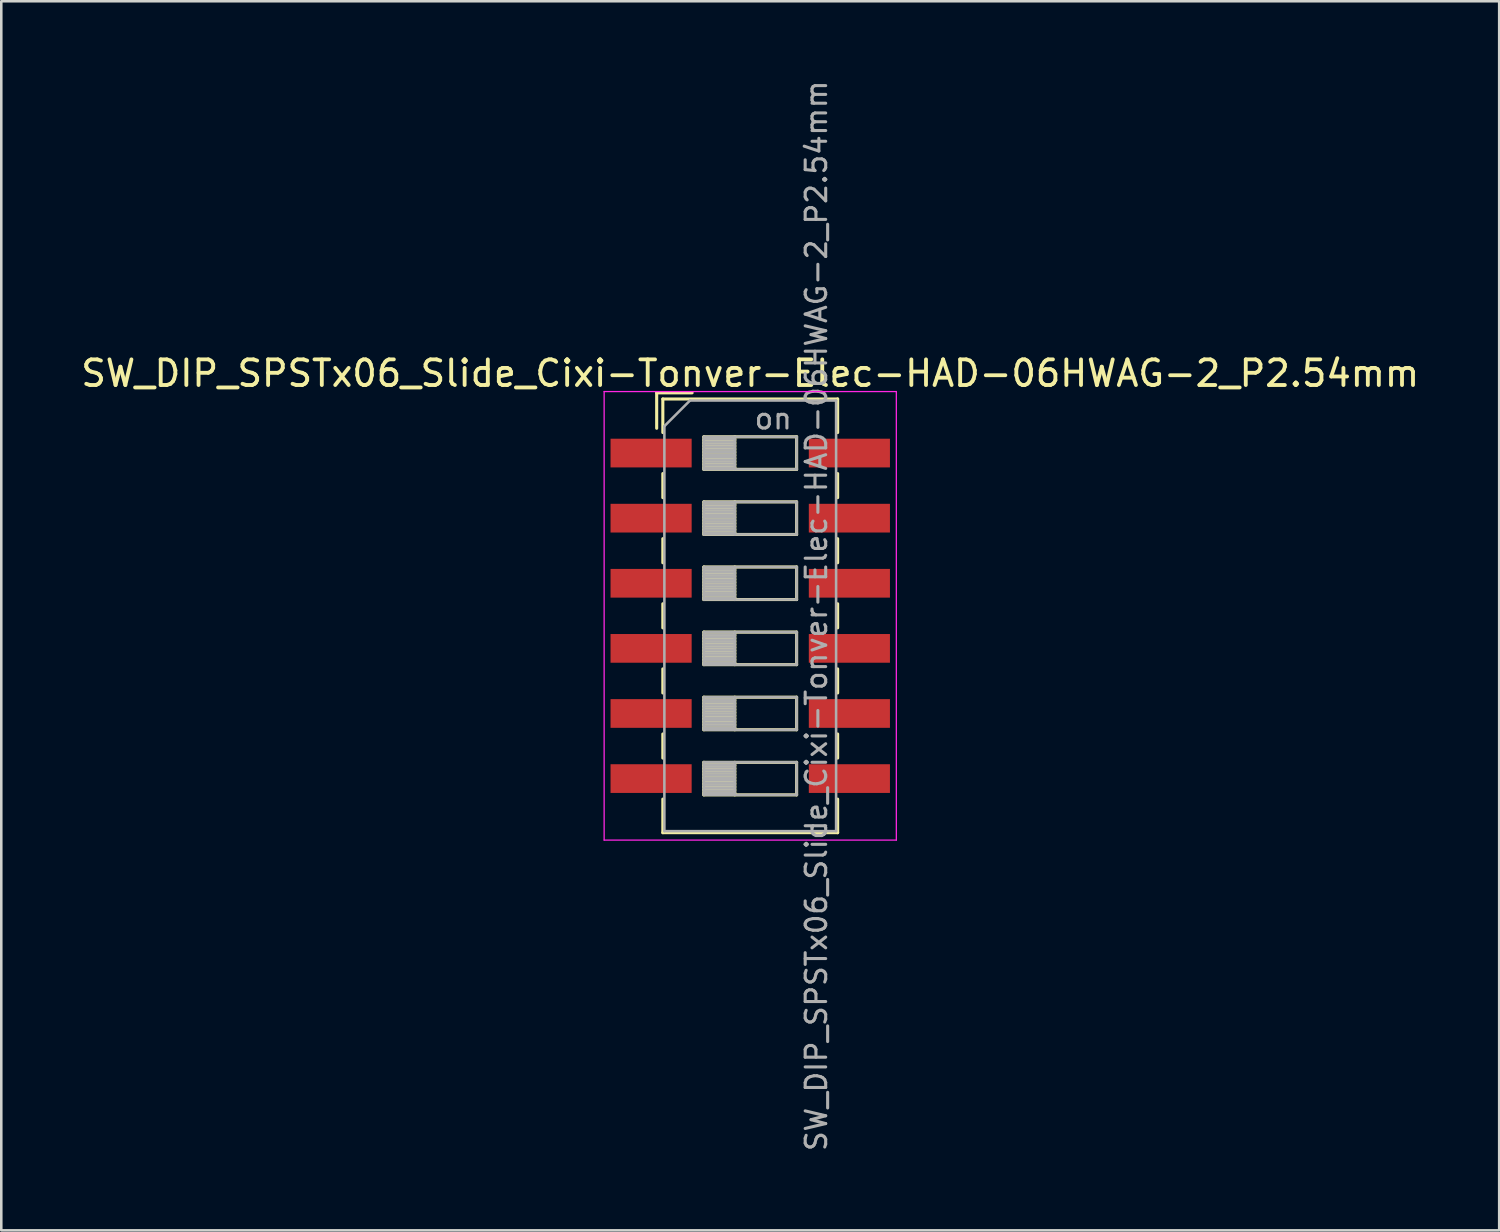
<source format=kicad_pcb>
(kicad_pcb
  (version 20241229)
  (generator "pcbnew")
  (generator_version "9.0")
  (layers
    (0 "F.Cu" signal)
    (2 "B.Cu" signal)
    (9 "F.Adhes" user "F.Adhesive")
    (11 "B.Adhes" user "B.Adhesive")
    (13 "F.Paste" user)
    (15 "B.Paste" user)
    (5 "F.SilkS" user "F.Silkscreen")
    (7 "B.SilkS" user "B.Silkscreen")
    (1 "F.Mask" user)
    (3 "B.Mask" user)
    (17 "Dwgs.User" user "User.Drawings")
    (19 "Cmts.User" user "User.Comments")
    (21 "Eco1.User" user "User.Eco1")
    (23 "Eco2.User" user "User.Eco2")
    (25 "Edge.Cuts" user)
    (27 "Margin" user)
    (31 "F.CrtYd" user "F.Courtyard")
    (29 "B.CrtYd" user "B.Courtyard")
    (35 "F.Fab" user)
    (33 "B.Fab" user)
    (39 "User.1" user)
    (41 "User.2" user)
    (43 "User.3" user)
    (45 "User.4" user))
  (footprint "SW_DIP_SPSTx06_Slide_Cixi-Tonver-Elec-HAD-06HWAG-2_P2.54mm"
    (layer "F.Cu")
    (at 26.22 20.976)
    (property "Reference" "SW_DIP_SPSTx06_Slide_Cixi-Tonver-Elec-HAD-06HWAG-2_P2.54mm" (at 0 -9.46 0) (layer "F.SilkS") (effects (font (size 1 1) (thickness 0.15))))
    (attr smd)
    (fp_line (start -3.65 -8.7) (end -3.65 -7.317) (stroke (width 0.12) (type solid)) (layer "F.SilkS"))
    (fp_line (start -3.65 -8.7) (end -2.267 -8.7) (stroke (width 0.12) (type solid)) (layer "F.SilkS"))
    (fp_line (start -3.41 -8.46) (end -3.41 -7.15) (stroke (width 0.12) (type solid)) (layer "F.SilkS"))
    (fp_line (start -3.41 -8.46) (end 3.41 -8.46) (stroke (width 0.12) (type solid)) (layer "F.SilkS"))
    (fp_line (start -3.41 -5.55) (end -3.41 -4.61) (stroke (width 0.12) (type solid)) (layer "F.SilkS"))
    (fp_line (start -3.41 -3.01) (end -3.41 -2.07) (stroke (width 0.12) (type solid)) (layer "F.SilkS"))
    (fp_line (start -3.41 -0.47) (end -3.41 0.47) (stroke (width 0.12) (type solid)) (layer "F.SilkS"))
    (fp_line (start -3.41 2.07) (end -3.41 3.01) (stroke (width 0.12) (type solid)) (layer "F.SilkS"))
    (fp_line (start -3.41 4.61) (end -3.41 5.55) (stroke (width 0.12) (type solid)) (layer "F.SilkS"))
    (fp_line (start -3.41 7.15) (end -3.41 8.461) (stroke (width 0.12) (type solid)) (layer "F.SilkS"))
    (fp_line (start -3.41 8.461) (end 3.41 8.461) (stroke (width 0.12) (type solid)) (layer "F.SilkS"))
    (fp_line (start -1.81 -6.985) (end -1.81 -5.715) (stroke (width 0.12) (type solid)) (layer "F.SilkS"))
    (fp_line (start -1.81 -6.865) (end -0.603 -6.865) (stroke (width 0.12) (type solid)) (layer "F.SilkS"))
    (fp_line (start -1.81 -6.745) (end -0.603 -6.745) (stroke (width 0.12) (type solid)) (layer "F.SilkS"))
    (fp_line (start -1.81 -6.625) (end -0.603 -6.625) (stroke (width 0.12) (type solid)) (layer "F.SilkS"))
    (fp_line (start -1.81 -6.505) (end -0.603 -6.505) (stroke (width 0.12) (type solid)) (layer "F.SilkS"))
    (fp_line (start -1.81 -6.385) (end -0.603 -6.385) (stroke (width 0.12) (type solid)) (layer "F.SilkS"))
    (fp_line (start -1.81 -6.265) (end -0.603 -6.265) (stroke (width 0.12) (type solid)) (layer "F.SilkS"))
    (fp_line (start -1.81 -6.145) (end -0.603 -6.145) (stroke (width 0.12) (type solid)) (layer "F.SilkS"))
    (fp_line (start -1.81 -6.025) (end -0.603 -6.025) (stroke (width 0.12) (type solid)) (layer "F.SilkS"))
    (fp_line (start -1.81 -5.905) (end -0.603 -5.905) (stroke (width 0.12) (type solid)) (layer "F.SilkS"))
    (fp_line (start -1.81 -5.785) (end -0.603 -5.785) (stroke (width 0.12) (type solid)) (layer "F.SilkS"))
    (fp_line (start -1.81 -5.715) (end 1.81 -5.715) (stroke (width 0.12) (type solid)) (layer "F.SilkS"))
    (fp_line (start -1.81 -4.445) (end -1.81 -3.175) (stroke (width 0.12) (type solid)) (layer "F.SilkS"))
    (fp_line (start -1.81 -4.325) (end -0.603 -4.325) (stroke (width 0.12) (type solid)) (layer "F.SilkS"))
    (fp_line (start -1.81 -4.205) (end -0.603 -4.205) (stroke (width 0.12) (type solid)) (layer "F.SilkS"))
    (fp_line (start -1.81 -4.085) (end -0.603 -4.085) (stroke (width 0.12) (type solid)) (layer "F.SilkS"))
    (fp_line (start -1.81 -3.965) (end -0.603 -3.965) (stroke (width 0.12) (type solid)) (layer "F.SilkS"))
    (fp_line (start -1.81 -3.845) (end -0.603 -3.845) (stroke (width 0.12) (type solid)) (layer "F.SilkS"))
    (fp_line (start -1.81 -3.725) (end -0.603 -3.725) (stroke (width 0.12) (type solid)) (layer "F.SilkS"))
    (fp_line (start -1.81 -3.605) (end -0.603 -3.605) (stroke (width 0.12) (type solid)) (layer "F.SilkS"))
    (fp_line (start -1.81 -3.485) (end -0.603 -3.485) (stroke (width 0.12) (type solid)) (layer "F.SilkS"))
    (fp_line (start -1.81 -3.365) (end -0.603 -3.365) (stroke (width 0.12) (type solid)) (layer "F.SilkS"))
    (fp_line (start -1.81 -3.245) (end -0.603 -3.245) (stroke (width 0.12) (type solid)) (layer "F.SilkS"))
    (fp_line (start -1.81 -3.175) (end 1.81 -3.175) (stroke (width 0.12) (type solid)) (layer "F.SilkS"))
    (fp_line (start -1.81 -1.905) (end -1.81 -0.635) (stroke (width 0.12) (type solid)) (layer "F.SilkS"))
    (fp_line (start -1.81 -1.785) (end -0.603 -1.785) (stroke (width 0.12) (type solid)) (layer "F.SilkS"))
    (fp_line (start -1.81 -1.665) (end -0.603 -1.665) (stroke (width 0.12) (type solid)) (layer "F.SilkS"))
    (fp_line (start -1.81 -1.545) (end -0.603 -1.545) (stroke (width 0.12) (type solid)) (layer "F.SilkS"))
    (fp_line (start -1.81 -1.425) (end -0.603 -1.425) (stroke (width 0.12) (type solid)) (layer "F.SilkS"))
    (fp_line (start -1.81 -1.305) (end -0.603 -1.305) (stroke (width 0.12) (type solid)) (layer "F.SilkS"))
    (fp_line (start -1.81 -1.185) (end -0.603 -1.185) (stroke (width 0.12) (type solid)) (layer "F.SilkS"))
    (fp_line (start -1.81 -1.065) (end -0.603 -1.065) (stroke (width 0.12) (type solid)) (layer "F.SilkS"))
    (fp_line (start -1.81 -0.945) (end -0.603 -0.945) (stroke (width 0.12) (type solid)) (layer "F.SilkS"))
    (fp_line (start -1.81 -0.825) (end -0.603 -0.825) (stroke (width 0.12) (type solid)) (layer "F.SilkS"))
    (fp_line (start -1.81 -0.705) (end -0.603 -0.705) (stroke (width 0.12) (type solid)) (layer "F.SilkS"))
    (fp_line (start -1.81 -0.635) (end 1.81 -0.635) (stroke (width 0.12) (type solid)) (layer "F.SilkS"))
    (fp_line (start -1.81 0.635) (end -1.81 1.905) (stroke (width 0.12) (type solid)) (layer "F.SilkS"))
    (fp_line (start -1.81 0.755) (end -0.603 0.755) (stroke (width 0.12) (type solid)) (layer "F.SilkS"))
    (fp_line (start -1.81 0.875) (end -0.603 0.875) (stroke (width 0.12) (type solid)) (layer "F.SilkS"))
    (fp_line (start -1.81 0.995) (end -0.603 0.995) (stroke (width 0.12) (type solid)) (layer "F.SilkS"))
    (fp_line (start -1.81 1.115) (end -0.603 1.115) (stroke (width 0.12) (type solid)) (layer "F.SilkS"))
    (fp_line (start -1.81 1.235) (end -0.603 1.235) (stroke (width 0.12) (type solid)) (layer "F.SilkS"))
    (fp_line (start -1.81 1.355) (end -0.603 1.355) (stroke (width 0.12) (type solid)) (layer "F.SilkS"))
    (fp_line (start -1.81 1.475) (end -0.603 1.475) (stroke (width 0.12) (type solid)) (layer "F.SilkS"))
    (fp_line (start -1.81 1.595) (end -0.603 1.595) (stroke (width 0.12) (type solid)) (layer "F.SilkS"))
    (fp_line (start -1.81 1.715) (end -0.603 1.715) (stroke (width 0.12) (type solid)) (layer "F.SilkS"))
    (fp_line (start -1.81 1.835) (end -0.603 1.835) (stroke (width 0.12) (type solid)) (layer "F.SilkS"))
    (fp_line (start -1.81 1.905) (end 1.81 1.905) (stroke (width 0.12) (type solid)) (layer "F.SilkS"))
    (fp_line (start -1.81 3.175) (end -1.81 4.445) (stroke (width 0.12) (type solid)) (layer "F.SilkS"))
    (fp_line (start -1.81 3.295) (end -0.603 3.295) (stroke (width 0.12) (type solid)) (layer "F.SilkS"))
    (fp_line (start -1.81 3.415) (end -0.603 3.415) (stroke (width 0.12) (type solid)) (layer "F.SilkS"))
    (fp_line (start -1.81 3.535) (end -0.603 3.535) (stroke (width 0.12) (type solid)) (layer "F.SilkS"))
    (fp_line (start -1.81 3.655) (end -0.603 3.655) (stroke (width 0.12) (type solid)) (layer "F.SilkS"))
    (fp_line (start -1.81 3.775) (end -0.603 3.775) (stroke (width 0.12) (type solid)) (layer "F.SilkS"))
    (fp_line (start -1.81 3.895) (end -0.603 3.895) (stroke (width 0.12) (type solid)) (layer "F.SilkS"))
    (fp_line (start -1.81 4.015) (end -0.603 4.015) (stroke (width 0.12) (type solid)) (layer "F.SilkS"))
    (fp_line (start -1.81 4.135) (end -0.603 4.135) (stroke (width 0.12) (type solid)) (layer "F.SilkS"))
    (fp_line (start -1.81 4.255) (end -0.603 4.255) (stroke (width 0.12) (type solid)) (layer "F.SilkS"))
    (fp_line (start -1.81 4.375) (end -0.603 4.375) (stroke (width 0.12) (type solid)) (layer "F.SilkS"))
    (fp_line (start -1.81 4.445) (end 1.81 4.445) (stroke (width 0.12) (type solid)) (layer "F.SilkS"))
    (fp_line (start -1.81 5.715) (end -1.81 6.985) (stroke (width 0.12) (type solid)) (layer "F.SilkS"))
    (fp_line (start -1.81 5.835) (end -0.603 5.835) (stroke (width 0.12) (type solid)) (layer "F.SilkS"))
    (fp_line (start -1.81 5.955) (end -0.603 5.955) (stroke (width 0.12) (type solid)) (layer "F.SilkS"))
    (fp_line (start -1.81 6.075) (end -0.603 6.075) (stroke (width 0.12) (type solid)) (layer "F.SilkS"))
    (fp_line (start -1.81 6.195) (end -0.603 6.195) (stroke (width 0.12) (type solid)) (layer "F.SilkS"))
    (fp_line (start -1.81 6.315) (end -0.603 6.315) (stroke (width 0.12) (type solid)) (layer "F.SilkS"))
    (fp_line (start -1.81 6.435) (end -0.603 6.435) (stroke (width 0.12) (type solid)) (layer "F.SilkS"))
    (fp_line (start -1.81 6.555) (end -0.603 6.555) (stroke (width 0.12) (type solid)) (layer "F.SilkS"))
    (fp_line (start -1.81 6.675) (end -0.603 6.675) (stroke (width 0.12) (type solid)) (layer "F.SilkS"))
    (fp_line (start -1.81 6.795) (end -0.603 6.795) (stroke (width 0.12) (type solid)) (layer "F.SilkS"))
    (fp_line (start -1.81 6.915) (end -0.603 6.915) (stroke (width 0.12) (type solid)) (layer "F.SilkS"))
    (fp_line (start -1.81 6.985) (end 1.81 6.985) (stroke (width 0.12) (type solid)) (layer "F.SilkS"))
    (fp_line (start -0.603 -6.985) (end -0.603 -5.715) (stroke (width 0.12) (type solid)) (layer "F.SilkS"))
    (fp_line (start -0.603 -4.445) (end -0.603 -3.175) (stroke (width 0.12) (type solid)) (layer "F.SilkS"))
    (fp_line (start -0.603 -1.905) (end -0.603 -0.635) (stroke (width 0.12) (type solid)) (layer "F.SilkS"))
    (fp_line (start -0.603 0.635) (end -0.603 1.905) (stroke (width 0.12) (type solid)) (layer "F.SilkS"))
    (fp_line (start -0.603 3.175) (end -0.603 4.445) (stroke (width 0.12) (type solid)) (layer "F.SilkS"))
    (fp_line (start -0.603 5.715) (end -0.603 6.985) (stroke (width 0.12) (type solid)) (layer "F.SilkS"))
    (fp_line (start 1.81 -6.985) (end -1.81 -6.985) (stroke (width 0.12) (type solid)) (layer "F.SilkS"))
    (fp_line (start 1.81 -5.715) (end 1.81 -6.985) (stroke (width 0.12) (type solid)) (layer "F.SilkS"))
    (fp_line (start 1.81 -4.445) (end -1.81 -4.445) (stroke (width 0.12) (type solid)) (layer "F.SilkS"))
    (fp_line (start 1.81 -3.175) (end 1.81 -4.445) (stroke (width 0.12) (type solid)) (layer "F.SilkS"))
    (fp_line (start 1.81 -1.905) (end -1.81 -1.905) (stroke (width 0.12) (type solid)) (layer "F.SilkS"))
    (fp_line (start 1.81 -0.635) (end 1.81 -1.905) (stroke (width 0.12) (type solid)) (layer "F.SilkS"))
    (fp_line (start 1.81 0.635) (end -1.81 0.635) (stroke (width 0.12) (type solid)) (layer "F.SilkS"))
    (fp_line (start 1.81 1.905) (end 1.81 0.635) (stroke (width 0.12) (type solid)) (layer "F.SilkS"))
    (fp_line (start 1.81 3.175) (end -1.81 3.175) (stroke (width 0.12) (type solid)) (layer "F.SilkS"))
    (fp_line (start 1.81 4.445) (end 1.81 3.175) (stroke (width 0.12) (type solid)) (layer "F.SilkS"))
    (fp_line (start 1.81 5.715) (end -1.81 5.715) (stroke (width 0.12) (type solid)) (layer "F.SilkS"))
    (fp_line (start 1.81 6.985) (end 1.81 5.715) (stroke (width 0.12) (type solid)) (layer "F.SilkS"))
    (fp_line (start 3.41 -8.46) (end 3.41 -7.15) (stroke (width 0.12) (type solid)) (layer "F.SilkS"))
    (fp_line (start 3.41 -5.55) (end 3.41 -4.61) (stroke (width 0.12) (type solid)) (layer "F.SilkS"))
    (fp_line (start 3.41 -3.01) (end 3.41 -2.07) (stroke (width 0.12) (type solid)) (layer "F.SilkS"))
    (fp_line (start 3.41 -0.47) (end 3.41 0.47) (stroke (width 0.12) (type solid)) (layer "F.SilkS"))
    (fp_line (start 3.41 2.07) (end 3.41 3.01) (stroke (width 0.12) (type solid)) (layer "F.SilkS"))
    (fp_line (start 3.41 4.61) (end 3.41 5.55) (stroke (width 0.12) (type solid)) (layer "F.SilkS"))
    (fp_line (start 3.41 7.15) (end 3.41 8.461) (stroke (width 0.12) (type solid)) (layer "F.SilkS"))
    (fp_line (start -5.7 -8.75) (end -5.7 8.75) (stroke (width 0.05) (type solid)) (layer "F.CrtYd"))
    (fp_line (start -5.7 8.75) (end 5.7 8.75) (stroke (width 0.05) (type solid)) (layer "F.CrtYd"))
    (fp_line (start 5.7 -8.75) (end -5.7 -8.75) (stroke (width 0.05) (type solid)) (layer "F.CrtYd"))
    (fp_line (start 5.7 8.75) (end 5.7 -8.75) (stroke (width 0.05) (type solid)) (layer "F.CrtYd"))
    (fp_line (start -3.35 -7.4) (end -2.35 -8.4) (stroke (width 0.1) (type solid)) (layer "F.Fab"))
    (fp_line (start -3.35 8.4) (end -3.35 -7.4) (stroke (width 0.1) (type solid)) (layer "F.Fab"))
    (fp_line (start -2.35 -8.4) (end 3.35 -8.4) (stroke (width 0.1) (type solid)) (layer "F.Fab"))
    (fp_line (start -1.81 -6.985) (end -1.81 -5.715) (stroke (width 0.1) (type solid)) (layer "F.Fab"))
    (fp_line (start -1.81 -6.885) (end -0.603 -6.885) (stroke (width 0.1) (type solid)) (layer "F.Fab"))
    (fp_line (start -1.81 -6.785) (end -0.603 -6.785) (stroke (width 0.1) (type solid)) (layer "F.Fab"))
    (fp_line (start -1.81 -6.685) (end -0.603 -6.685) (stroke (width 0.1) (type solid)) (layer "F.Fab"))
    (fp_line (start -1.81 -6.585) (end -0.603 -6.585) (stroke (width 0.1) (type solid)) (layer "F.Fab"))
    (fp_line (start -1.81 -6.485) (end -0.603 -6.485) (stroke (width 0.1) (type solid)) (layer "F.Fab"))
    (fp_line (start -1.81 -6.385) (end -0.603 -6.385) (stroke (width 0.1) (type solid)) (layer "F.Fab"))
    (fp_line (start -1.81 -6.285) (end -0.603 -6.285) (stroke (width 0.1) (type solid)) (layer "F.Fab"))
    (fp_line (start -1.81 -6.185) (end -0.603 -6.185) (stroke (width 0.1) (type solid)) (layer "F.Fab"))
    (fp_line (start -1.81 -6.085) (end -0.603 -6.085) (stroke (width 0.1) (type solid)) (layer "F.Fab"))
    (fp_line (start -1.81 -5.985) (end -0.603 -5.985) (stroke (width 0.1) (type solid)) (layer "F.Fab"))
    (fp_line (start -1.81 -5.885) (end -0.603 -5.885) (stroke (width 0.1) (type solid)) (layer "F.Fab"))
    (fp_line (start -1.81 -5.785) (end -0.603 -5.785) (stroke (width 0.1) (type solid)) (layer "F.Fab"))
    (fp_line (start -1.81 -5.715) (end 1.81 -5.715) (stroke (width 0.1) (type solid)) (layer "F.Fab"))
    (fp_line (start -1.81 -4.445) (end -1.81 -3.175) (stroke (width 0.1) (type solid)) (layer "F.Fab"))
    (fp_line (start -1.81 -4.345) (end -0.603 -4.345) (stroke (width 0.1) (type solid)) (layer "F.Fab"))
    (fp_line (start -1.81 -4.245) (end -0.603 -4.245) (stroke (width 0.1) (type solid)) (layer "F.Fab"))
    (fp_line (start -1.81 -4.145) (end -0.603 -4.145) (stroke (width 0.1) (type solid)) (layer "F.Fab"))
    (fp_line (start -1.81 -4.045) (end -0.603 -4.045) (stroke (width 0.1) (type solid)) (layer "F.Fab"))
    (fp_line (start -1.81 -3.945) (end -0.603 -3.945) (stroke (width 0.1) (type solid)) (layer "F.Fab"))
    (fp_line (start -1.81 -3.845) (end -0.603 -3.845) (stroke (width 0.1) (type solid)) (layer "F.Fab"))
    (fp_line (start -1.81 -3.745) (end -0.603 -3.745) (stroke (width 0.1) (type solid)) (layer "F.Fab"))
    (fp_line (start -1.81 -3.645) (end -0.603 -3.645) (stroke (width 0.1) (type solid)) (layer "F.Fab"))
    (fp_line (start -1.81 -3.545) (end -0.603 -3.545) (stroke (width 0.1) (type solid)) (layer "F.Fab"))
    (fp_line (start -1.81 -3.445) (end -0.603 -3.445) (stroke (width 0.1) (type solid)) (layer "F.Fab"))
    (fp_line (start -1.81 -3.345) (end -0.603 -3.345) (stroke (width 0.1) (type solid)) (layer "F.Fab"))
    (fp_line (start -1.81 -3.245) (end -0.603 -3.245) (stroke (width 0.1) (type solid)) (layer "F.Fab"))
    (fp_line (start -1.81 -3.175) (end 1.81 -3.175) (stroke (width 0.1) (type solid)) (layer "F.Fab"))
    (fp_line (start -1.81 -1.905) (end -1.81 -0.635) (stroke (width 0.1) (type solid)) (layer "F.Fab"))
    (fp_line (start -1.81 -1.805) (end -0.603 -1.805) (stroke (width 0.1) (type solid)) (layer "F.Fab"))
    (fp_line (start -1.81 -1.705) (end -0.603 -1.705) (stroke (width 0.1) (type solid)) (layer "F.Fab"))
    (fp_line (start -1.81 -1.605) (end -0.603 -1.605) (stroke (width 0.1) (type solid)) (layer "F.Fab"))
    (fp_line (start -1.81 -1.505) (end -0.603 -1.505) (stroke (width 0.1) (type solid)) (layer "F.Fab"))
    (fp_line (start -1.81 -1.405) (end -0.603 -1.405) (stroke (width 0.1) (type solid)) (layer "F.Fab"))
    (fp_line (start -1.81 -1.305) (end -0.603 -1.305) (stroke (width 0.1) (type solid)) (layer "F.Fab"))
    (fp_line (start -1.81 -1.205) (end -0.603 -1.205) (stroke (width 0.1) (type solid)) (layer "F.Fab"))
    (fp_line (start -1.81 -1.105) (end -0.603 -1.105) (stroke (width 0.1) (type solid)) (layer "F.Fab"))
    (fp_line (start -1.81 -1.005) (end -0.603 -1.005) (stroke (width 0.1) (type solid)) (layer "F.Fab"))
    (fp_line (start -1.81 -0.905) (end -0.603 -0.905) (stroke (width 0.1) (type solid)) (layer "F.Fab"))
    (fp_line (start -1.81 -0.805) (end -0.603 -0.805) (stroke (width 0.1) (type solid)) (layer "F.Fab"))
    (fp_line (start -1.81 -0.705) (end -0.603 -0.705) (stroke (width 0.1) (type solid)) (layer "F.Fab"))
    (fp_line (start -1.81 -0.635) (end 1.81 -0.635) (stroke (width 0.1) (type solid)) (layer "F.Fab"))
    (fp_line (start -1.81 0.635) (end -1.81 1.905) (stroke (width 0.1) (type solid)) (layer "F.Fab"))
    (fp_line (start -1.81 0.735) (end -0.603 0.735) (stroke (width 0.1) (type solid)) (layer "F.Fab"))
    (fp_line (start -1.81 0.835) (end -0.603 0.835) (stroke (width 0.1) (type solid)) (layer "F.Fab"))
    (fp_line (start -1.81 0.935) (end -0.603 0.935) (stroke (width 0.1) (type solid)) (layer "F.Fab"))
    (fp_line (start -1.81 1.035) (end -0.603 1.035) (stroke (width 0.1) (type solid)) (layer "F.Fab"))
    (fp_line (start -1.81 1.135) (end -0.603 1.135) (stroke (width 0.1) (type solid)) (layer "F.Fab"))
    (fp_line (start -1.81 1.235) (end -0.603 1.235) (stroke (width 0.1) (type solid)) (layer "F.Fab"))
    (fp_line (start -1.81 1.335) (end -0.603 1.335) (stroke (width 0.1) (type solid)) (layer "F.Fab"))
    (fp_line (start -1.81 1.435) (end -0.603 1.435) (stroke (width 0.1) (type solid)) (layer "F.Fab"))
    (fp_line (start -1.81 1.535) (end -0.603 1.535) (stroke (width 0.1) (type solid)) (layer "F.Fab"))
    (fp_line (start -1.81 1.635) (end -0.603 1.635) (stroke (width 0.1) (type solid)) (layer "F.Fab"))
    (fp_line (start -1.81 1.735) (end -0.603 1.735) (stroke (width 0.1) (type solid)) (layer "F.Fab"))
    (fp_line (start -1.81 1.835) (end -0.603 1.835) (stroke (width 0.1) (type solid)) (layer "F.Fab"))
    (fp_line (start -1.81 1.905) (end 1.81 1.905) (stroke (width 0.1) (type solid)) (layer "F.Fab"))
    (fp_line (start -1.81 3.175) (end -1.81 4.445) (stroke (width 0.1) (type solid)) (layer "F.Fab"))
    (fp_line (start -1.81 3.275) (end -0.603 3.275) (stroke (width 0.1) (type solid)) (layer "F.Fab"))
    (fp_line (start -1.81 3.375) (end -0.603 3.375) (stroke (width 0.1) (type solid)) (layer "F.Fab"))
    (fp_line (start -1.81 3.475) (end -0.603 3.475) (stroke (width 0.1) (type solid)) (layer "F.Fab"))
    (fp_line (start -1.81 3.575) (end -0.603 3.575) (stroke (width 0.1) (type solid)) (layer "F.Fab"))
    (fp_line (start -1.81 3.675) (end -0.603 3.675) (stroke (width 0.1) (type solid)) (layer "F.Fab"))
    (fp_line (start -1.81 3.775) (end -0.603 3.775) (stroke (width 0.1) (type solid)) (layer "F.Fab"))
    (fp_line (start -1.81 3.875) (end -0.603 3.875) (stroke (width 0.1) (type solid)) (layer "F.Fab"))
    (fp_line (start -1.81 3.975) (end -0.603 3.975) (stroke (width 0.1) (type solid)) (layer "F.Fab"))
    (fp_line (start -1.81 4.075) (end -0.603 4.075) (stroke (width 0.1) (type solid)) (layer "F.Fab"))
    (fp_line (start -1.81 4.175) (end -0.603 4.175) (stroke (width 0.1) (type solid)) (layer "F.Fab"))
    (fp_line (start -1.81 4.275) (end -0.603 4.275) (stroke (width 0.1) (type solid)) (layer "F.Fab"))
    (fp_line (start -1.81 4.375) (end -0.603 4.375) (stroke (width 0.1) (type solid)) (layer "F.Fab"))
    (fp_line (start -1.81 4.445) (end 1.81 4.445) (stroke (width 0.1) (type solid)) (layer "F.Fab"))
    (fp_line (start -1.81 5.715) (end -1.81 6.985) (stroke (width 0.1) (type solid)) (layer "F.Fab"))
    (fp_line (start -1.81 5.815) (end -0.603 5.815) (stroke (width 0.1) (type solid)) (layer "F.Fab"))
    (fp_line (start -1.81 5.915) (end -0.603 5.915) (stroke (width 0.1) (type solid)) (layer "F.Fab"))
    (fp_line (start -1.81 6.015) (end -0.603 6.015) (stroke (width 0.1) (type solid)) (layer "F.Fab"))
    (fp_line (start -1.81 6.115) (end -0.603 6.115) (stroke (width 0.1) (type solid)) (layer "F.Fab"))
    (fp_line (start -1.81 6.215) (end -0.603 6.215) (stroke (width 0.1) (type solid)) (layer "F.Fab"))
    (fp_line (start -1.81 6.315) (end -0.603 6.315) (stroke (width 0.1) (type solid)) (layer "F.Fab"))
    (fp_line (start -1.81 6.415) (end -0.603 6.415) (stroke (width 0.1) (type solid)) (layer "F.Fab"))
    (fp_line (start -1.81 6.515) (end -0.603 6.515) (stroke (width 0.1) (type solid)) (layer "F.Fab"))
    (fp_line (start -1.81 6.615) (end -0.603 6.615) (stroke (width 0.1) (type solid)) (layer "F.Fab"))
    (fp_line (start -1.81 6.715) (end -0.603 6.715) (stroke (width 0.1) (type solid)) (layer "F.Fab"))
    (fp_line (start -1.81 6.815) (end -0.603 6.815) (stroke (width 0.1) (type solid)) (layer "F.Fab"))
    (fp_line (start -1.81 6.915) (end -0.603 6.915) (stroke (width 0.1) (type solid)) (layer "F.Fab"))
    (fp_line (start -1.81 6.985) (end 1.81 6.985) (stroke (width 0.1) (type solid)) (layer "F.Fab"))
    (fp_line (start -0.603 -6.985) (end -0.603 -5.715) (stroke (width 0.1) (type solid)) (layer "F.Fab"))
    (fp_line (start -0.603 -4.445) (end -0.603 -3.175) (stroke (width 0.1) (type solid)) (layer "F.Fab"))
    (fp_line (start -0.603 -1.905) (end -0.603 -0.635) (stroke (width 0.1) (type solid)) (layer "F.Fab"))
    (fp_line (start -0.603 0.635) (end -0.603 1.905) (stroke (width 0.1) (type solid)) (layer "F.Fab"))
    (fp_line (start -0.603 3.175) (end -0.603 4.445) (stroke (width 0.1) (type solid)) (layer "F.Fab"))
    (fp_line (start -0.603 5.715) (end -0.603 6.985) (stroke (width 0.1) (type solid)) (layer "F.Fab"))
    (fp_line (start 1.81 -6.985) (end -1.81 -6.985) (stroke (width 0.1) (type solid)) (layer "F.Fab"))
    (fp_line (start 1.81 -5.715) (end 1.81 -6.985) (stroke (width 0.1) (type solid)) (layer "F.Fab"))
    (fp_line (start 1.81 -4.445) (end -1.81 -4.445) (stroke (width 0.1) (type solid)) (layer "F.Fab"))
    (fp_line (start 1.81 -3.175) (end 1.81 -4.445) (stroke (width 0.1) (type solid)) (layer "F.Fab"))
    (fp_line (start 1.81 -1.905) (end -1.81 -1.905) (stroke (width 0.1) (type solid)) (layer "F.Fab"))
    (fp_line (start 1.81 -0.635) (end 1.81 -1.905) (stroke (width 0.1) (type solid)) (layer "F.Fab"))
    (fp_line (start 1.81 0.635) (end -1.81 0.635) (stroke (width 0.1) (type solid)) (layer "F.Fab"))
    (fp_line (start 1.81 1.905) (end 1.81 0.635) (stroke (width 0.1) (type solid)) (layer "F.Fab"))
    (fp_line (start 1.81 3.175) (end -1.81 3.175) (stroke (width 0.1) (type solid)) (layer "F.Fab"))
    (fp_line (start 1.81 4.445) (end 1.81 3.175) (stroke (width 0.1) (type solid)) (layer "F.Fab"))
    (fp_line (start 1.81 5.715) (end -1.81 5.715) (stroke (width 0.1) (type solid)) (layer "F.Fab"))
    (fp_line (start 1.81 6.985) (end 1.81 5.715) (stroke (width 0.1) (type solid)) (layer "F.Fab"))
    (fp_line (start 3.35 -8.4) (end 3.35 8.4) (stroke (width 0.1) (type solid)) (layer "F.Fab"))
    (fp_line (start 3.35 8.4) (end -3.35 8.4) (stroke (width 0.1) (type solid)) (layer "F.Fab"))
    (fp_text user "${REFERENCE}" (at 2.58 0 90) (layer "F.Fab") (effects (font (size 0.8 0.8) (thickness 0.12))))
    (fp_text user "on" (at 0.897 -7.692 0) (layer "F.Fab") (effects (font (size 0.8 0.8) (thickness 0.12))))
    (pad "1" smd rect (at -3.868 -6.35) (size 3.165 1.12) (layers "F.Cu" "F.Mask" "F.Paste"))
    (pad "2" smd rect (at -3.868 -3.81) (size 3.165 1.12) (layers "F.Cu" "F.Mask" "F.Paste"))
    (pad "3" smd rect (at -3.868 -1.27) (size 3.165 1.12) (layers "F.Cu" "F.Mask" "F.Paste"))
    (pad "4" smd rect (at -3.868 1.27) (size 3.165 1.12) (layers "F.Cu" "F.Mask" "F.Paste"))
    (pad "5" smd rect (at -3.868 3.81) (size 3.165 1.12) (layers "F.Cu" "F.Mask" "F.Paste"))
    (pad "6" smd rect (at -3.868 6.35) (size 3.165 1.12) (layers "F.Cu" "F.Mask" "F.Paste"))
    (pad "7" smd rect (at 3.868 6.35) (size 3.165 1.12) (layers "F.Cu" "F.Mask" "F.Paste"))
    (pad "8" smd rect (at 3.868 3.81) (size 3.165 1.12) (layers "F.Cu" "F.Mask" "F.Paste"))
    (pad "9" smd rect (at 3.868 1.27) (size 3.165 1.12) (layers "F.Cu" "F.Mask" "F.Paste"))
    (pad "10" smd rect (at 3.868 -1.27) (size 3.165 1.12) (layers "F.Cu" "F.Mask" "F.Paste"))
    (pad "11" smd rect (at 3.868 -3.81) (size 3.165 1.12) (layers "F.Cu" "F.Mask" "F.Paste"))
    (pad "12" smd rect (at 3.868 -6.35) (size 3.165 1.12) (layers "F.Cu" "F.Mask" "F.Paste")))
  (gr_rect
    (start -3 -3)
    (end 55.44 44.952)
    (stroke (width 0.1) (type default))
    (fill no)
    (layer "Edge.Cuts")))
</source>
